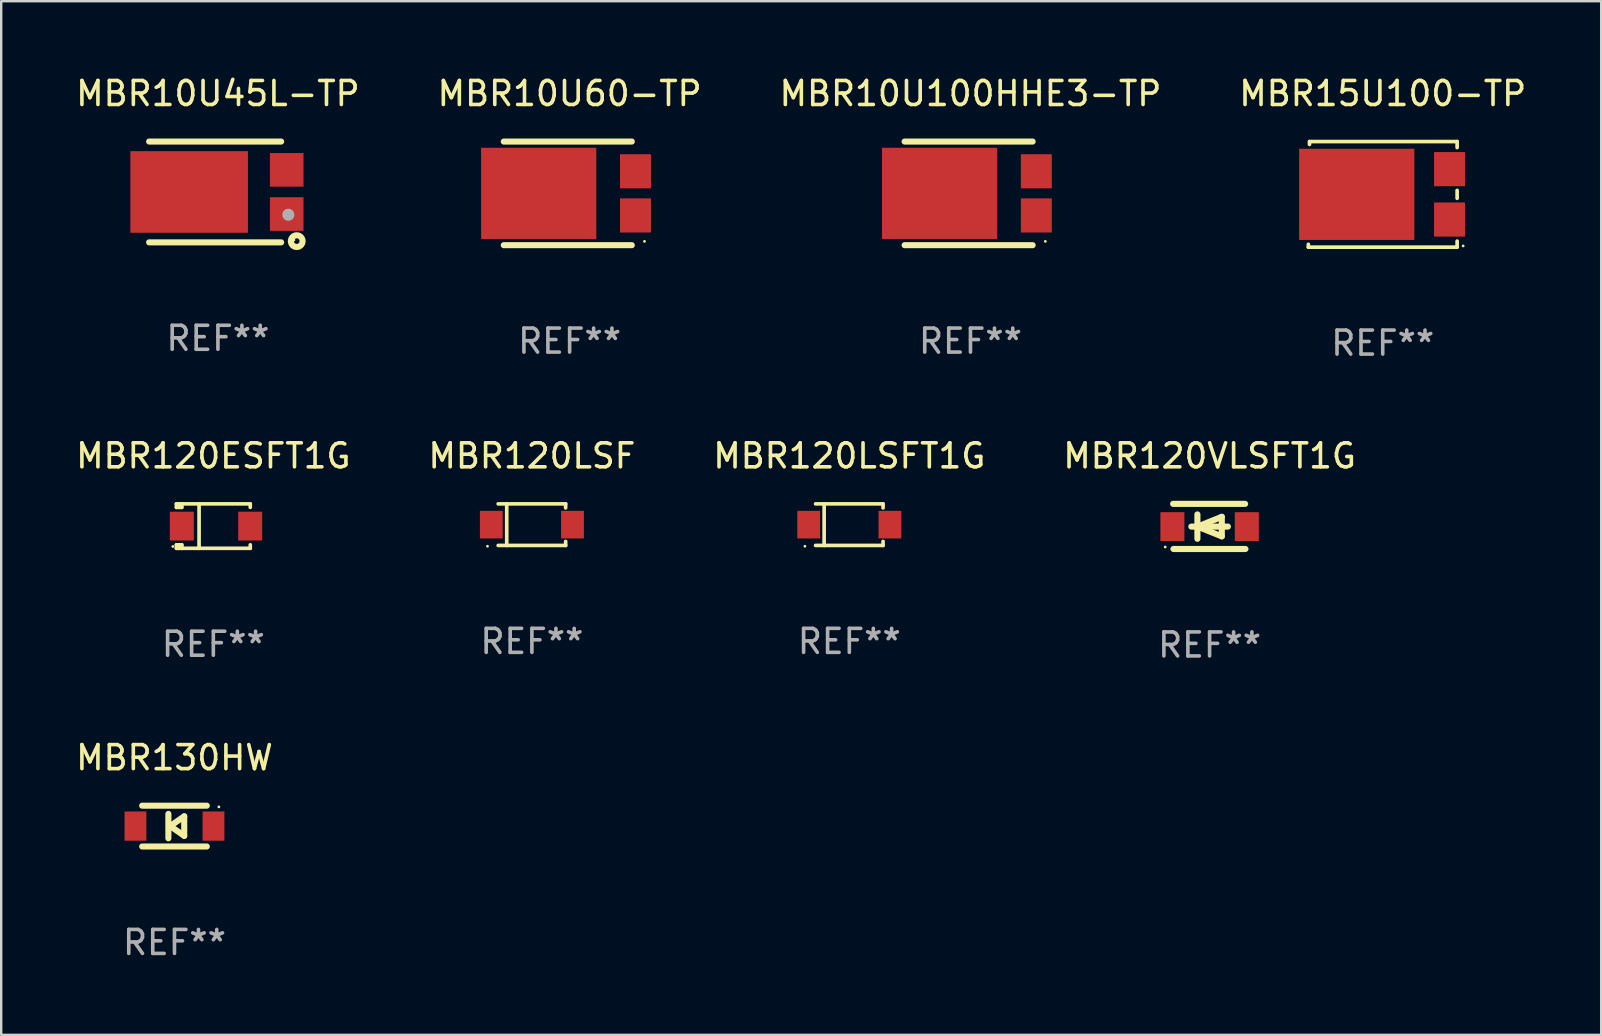
<source format=kicad_pcb>
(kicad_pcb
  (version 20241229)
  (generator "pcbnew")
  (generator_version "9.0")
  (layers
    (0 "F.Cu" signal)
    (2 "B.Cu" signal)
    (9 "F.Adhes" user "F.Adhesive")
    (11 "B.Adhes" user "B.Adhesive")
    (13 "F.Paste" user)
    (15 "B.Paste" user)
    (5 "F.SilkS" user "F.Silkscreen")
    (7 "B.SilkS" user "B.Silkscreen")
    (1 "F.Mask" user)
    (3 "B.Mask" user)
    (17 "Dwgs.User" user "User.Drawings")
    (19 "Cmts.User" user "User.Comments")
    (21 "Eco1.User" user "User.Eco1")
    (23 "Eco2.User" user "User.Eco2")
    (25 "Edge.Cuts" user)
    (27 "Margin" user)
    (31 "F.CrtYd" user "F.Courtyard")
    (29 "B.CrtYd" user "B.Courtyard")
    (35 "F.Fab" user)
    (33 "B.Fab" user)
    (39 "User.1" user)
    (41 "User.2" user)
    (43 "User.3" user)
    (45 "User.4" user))
  (footprint "MBR15U100-TP"
    (layer "F.Cu")
    (at 54.565 5.048)
    (property "Reference" "MBR15U100-TP" (at 0 -4.2 0) (layer "F.SilkS") (effects (font (size 1 1) (thickness 0.15))))
    (attr through_hole)
    (fp_line (start -3.1 2.2) (end -3.099 2.08) (stroke (width 0.152) (type solid)) (layer "F.SilkS"))
    (fp_line (start -3.051 -2.08) (end -3.05 -2.2) (stroke (width 0.152) (type solid)) (layer "F.SilkS"))
    (fp_line (start -3.05 -2.2) (end 3.1 -2.2) (stroke (width 0.152) (type solid)) (layer "F.SilkS"))
    (fp_line (start 3.1 -2.2) (end 3.1 -1.948) (stroke (width 0.152) (type solid)) (layer "F.SilkS"))
    (fp_line (start 3.1 -0.165) (end 3.1 0.165) (stroke (width 0.152) (type solid)) (layer "F.SilkS"))
    (fp_line (start 3.1 1.948) (end 3.1 2.2) (stroke (width 0.152) (type solid)) (layer "F.SilkS"))
    (fp_line (start 3.1 2.2) (end -3.1 2.2) (stroke (width 0.152) (type solid)) (layer "F.SilkS"))
    (fp_circle (center 3.35 2.15) (end 3.38 2.15) (stroke (width 0.06) (type solid)) (fill no) (layer "F.SilkS"))
    (fp_text user "REF**" (at 0 6.2 0) (layer "F.Fab") (effects (font (size 1 1) (thickness 0.15))))
    (pad "1" smd rect (at 2.783 1.05) (size 1.29 1.422) (layers "F.Cu" "F.Mask" "F.Paste"))
    (pad "2" smd rect (at 2.783 -1.05) (size 1.29 1.422) (layers "F.Cu" "F.Mask" "F.Paste"))
    (pad "3" smd rect (at -1.083 0 90) (size 3.8 4.8) (layers "F.Cu" "F.Mask" "F.Paste")))
  (footprint "MBR10U60-TP"
    (layer "F.Cu")
    (at 20.685 5.007)
    (property "Reference" "MBR10U60-TP" (at 0 -4.159 0) (layer "F.SilkS") (effects (font (size 1 1) (thickness 0.15))))
    (attr through_hole)
    (fp_line (start -2.744 2.159) (end 2.59 2.159) (stroke (width 0.254) (type solid)) (layer "F.SilkS"))
    (fp_line (start 2.59 -2.159) (end -2.744 -2.159) (stroke (width 0.254) (type solid)) (layer "F.SilkS"))
    (fp_circle (center 3.119 2) (end 3.149 2) (stroke (width 0.06) (type solid)) (fill no) (layer "F.SilkS"))
    (fp_text user "REF**" (at 0 6.159 0) (layer "F.Fab") (effects (font (size 1 1) (thickness 0.15))))
    (pad "1" smd rect (at 2.744 0.92) (size 1.29 1.422) (layers "F.Cu" "F.Mask" "F.Paste"))
    (pad "2" smd rect (at -1.288 0 90) (size 3.8 4.8) (layers "F.Cu" "F.Mask" "F.Paste"))
    (pad "3" smd rect (at 2.744 -0.92) (size 1.29 1.422) (layers "F.Cu" "F.Mask" "F.Paste")))
  (footprint "MBR120LSFT1G"
    (layer "F.Cu")
    (at 32.339 18.811)
    (property "Reference" "MBR120LSFT1G" (at 0 -2.866 0) (layer "F.SilkS") (effects (font (size 1 1) (thickness 0.15))))
    (attr through_hole)
    (fp_line (start -1.406 -0.866) (end 1.406 -0.866) (stroke (width 0.152) (type solid)) (layer "F.SilkS"))
    (fp_line (start -1.406 0.866) (end 1.406 0.866) (stroke (width 0.152) (type solid)) (layer "F.SilkS"))
    (fp_line (start -1.049 -0.866) (end -1.049 0.866) (stroke (width 0.152) (type solid)) (layer "F.SilkS"))
    (fp_line (start 1.406 -0.866) (end 1.406 -0.698) (stroke (width 0.152) (type solid)) (layer "F.SilkS"))
    (fp_line (start 1.406 0.866) (end 1.406 0.698) (stroke (width 0.152) (type solid)) (layer "F.SilkS"))
    (fp_circle (center -1.851 0.9) (end -1.821 0.9) (stroke (width 0.06) (type solid)) (fill no) (layer "F.SilkS"))
    (fp_text user "REF**" (at 0 4.866 0) (layer "F.Fab") (effects (font (size 1 1) (thickness 0.15))))
    (pad "1" smd rect (at -1.692 0) (size 0.95 1.15) (layers "F.Cu" "F.Mask" "F.Paste"))
    (pad "2" smd rect (at 1.692 0) (size 0.95 1.15) (layers "F.Cu" "F.Mask" "F.Paste")))
  (footprint "MBR130HW"
    (layer "F.Cu")
    (at 4.22 31.371)
    (property "Reference" "MBR130HW" (at 0 -2.85 0) (layer "F.SilkS") (effects (font (size 1 1) (thickness 0.15))))
    (attr through_hole)
    (fp_line (start -1.346 -0.85) (end 1.346 -0.85) (stroke (width 0.254) (type solid)) (layer "F.SilkS"))
    (fp_line (start -0.254 -0.508) (end -0.254 0.508) (stroke (width 0.254) (type solid)) (layer "F.SilkS"))
    (fp_line (start -0.178 0) (end 0.406 -0.406) (stroke (width 0.254) (type solid)) (layer "F.SilkS"))
    (fp_line (start 0.406 -0.406) (end 0.406 0.406) (stroke (width 0.254) (type solid)) (layer "F.SilkS"))
    (fp_line (start 0.406 0.406) (end -0.178 0) (stroke (width 0.254) (type solid)) (layer "F.SilkS"))
    (fp_line (start 1.346 0.85) (end -1.346 0.85) (stroke (width 0.254) (type solid)) (layer "F.SilkS"))
    (fp_circle (center 1.85 -0.8) (end 1.88 -0.8) (stroke (width 0.06) (type solid)) (fill no) (layer "F.SilkS"))
    (fp_text user "REF**" (at 0 4.85 0) (layer "F.Fab") (effects (font (size 1 1) (thickness 0.15))))
    (pad "1" smd rect (at 1.626 0) (size 0.909 1.219) (layers "F.Cu" "F.Mask" "F.Paste"))
    (pad "2" smd rect (at -1.626 0) (size 0.909 1.219) (layers "F.Cu" "F.Mask" "F.Paste")))
  (footprint "MBR120LSF"
    (layer "F.Cu")
    (at 19.113 18.811)
    (property "Reference" "MBR120LSF" (at 0 -2.866 0) (layer "F.SilkS") (effects (font (size 1 1) (thickness 0.15))))
    (attr through_hole)
    (fp_line (start -1.406 -0.866) (end 1.406 -0.866) (stroke (width 0.152) (type solid)) (layer "F.SilkS"))
    (fp_line (start -1.406 0.866) (end 1.406 0.866) (stroke (width 0.152) (type solid)) (layer "F.SilkS"))
    (fp_line (start -1.049 -0.866) (end -1.049 0.866) (stroke (width 0.152) (type solid)) (layer "F.SilkS"))
    (fp_line (start 1.406 -0.866) (end 1.406 -0.698) (stroke (width 0.152) (type solid)) (layer "F.SilkS"))
    (fp_line (start 1.406 0.866) (end 1.406 0.698) (stroke (width 0.152) (type solid)) (layer "F.SilkS"))
    (fp_circle (center -1.851 0.9) (end -1.821 0.9) (stroke (width 0.06) (type solid)) (fill no) (layer "F.SilkS"))
    (fp_text user "REF**" (at 0 4.866 0) (layer "F.Fab") (effects (font (size 1 1) (thickness 0.15))))
    (pad "1" smd rect (at -1.692 0) (size 0.95 1.15) (layers "F.Cu" "F.Mask" "F.Paste"))
    (pad "2" smd rect (at 1.692 0) (size 0.95 1.15) (layers "F.Cu" "F.Mask" "F.Paste")))
  (footprint "MBR10U45L-TP"
    (layer "F.Cu")
    (at 6.03 4.948)
    (property "Reference" "MBR10U45L-TP" (at 0 -4.1 0) (layer "F.SilkS") (effects (font (size 1 1) (thickness 0.15))))
    (attr through_hole)
    (fp_line (start -2.866 2.1) (end 2.634 2.1) (stroke (width 0.254) (type solid)) (layer "F.SilkS"))
    (fp_line (start 2.634 -2.1) (end -2.866 -2.1) (stroke (width 0.254) (type solid)) (layer "F.SilkS"))
    (fp_circle (center 3.166 2) (end 3.196 2) (stroke (width 0.06) (type solid)) (fill no) (layer "F.SilkS"))
    (fp_circle (center 3.284 2.05) (end 3.401 2.05) (stroke (width 0.254) (type solid)) (fill no) (layer "F.SilkS"))
    (fp_circle (center 2.934 0.95) (end 3.061 0.95) (stroke (width 0.254) (type solid)) (fill no) (layer "F.Fab"))
    (fp_text user "REF**" (at 0 6.1 0) (layer "F.Fab") (effects (font (size 1 1) (thickness 0.15))))
    (pad "1" smd rect (at 2.866 0.92 90) (size 1.4 1.4) (layers "F.Cu" "F.Mask" "F.Paste"))
    (pad "2" smd rect (at 2.866 -0.92 90) (size 1.4 1.4) (layers "F.Cu" "F.Mask" "F.Paste"))
    (pad "3" smd rect (at -1.198 0 90) (size 3.4 4.9) (layers "F.Cu" "F.Mask" "F.Paste")))
  (footprint "MBR120ESFT1G"
    (layer "F.Cu")
    (at 5.839 18.871)
    (property "Reference" "MBR120ESFT1G" (at 0 -2.926 0) (layer "F.SilkS") (effects (font (size 1 1) (thickness 0.15))))
    (attr through_hole)
    (fp_line (start -1.539 -0.926) (end -1.539 -0.78) (stroke (width 0.152) (type solid)) (layer "F.SilkS"))
    (fp_line (start -1.539 0.926) (end -1.539 0.78) (stroke (width 0.152) (type solid)) (layer "F.SilkS"))
    (fp_line (start -1.429 -0.926) (end -1.429 -0.78) (stroke (width 0.152) (type solid)) (layer "F.SilkS"))
    (fp_line (start -1.429 0.78) (end -1.429 0.926) (stroke (width 0.152) (type solid)) (layer "F.SilkS"))
    (fp_line (start -1.314 -0.926) (end -1.539 -0.926) (stroke (width 0.152) (type solid)) (layer "F.SilkS"))
    (fp_line (start -1.314 -0.926) (end -1.314 -0.78) (stroke (width 0.152) (type solid)) (layer "F.SilkS"))
    (fp_line (start -1.314 -0.926) (end 1.539 -0.926) (stroke (width 0.152) (type solid)) (layer "F.SilkS"))
    (fp_line (start -1.314 -0.78) (end -1.539 -0.78) (stroke (width 0.152) (type solid)) (layer "F.SilkS"))
    (fp_line (start -1.314 0.78) (end -1.539 0.78) (stroke (width 0.152) (type solid)) (layer "F.SilkS"))
    (fp_line (start -1.314 0.78) (end -1.314 0.926) (stroke (width 0.152) (type solid)) (layer "F.SilkS"))
    (fp_line (start -1.314 0.926) (end -1.539 0.926) (stroke (width 0.152) (type solid)) (layer "F.SilkS"))
    (fp_line (start -1.314 0.926) (end 1.539 0.926) (stroke (width 0.152) (type solid)) (layer "F.SilkS"))
    (fp_line (start -0.594 -0.926) (end -0.594 0.926) (stroke (width 0.152) (type solid)) (layer "F.SilkS"))
    (fp_line (start 1.539 -0.926) (end 1.539 -0.78) (stroke (width 0.152) (type solid)) (layer "F.SilkS"))
    (fp_line (start 1.539 0.78) (end 1.539 0.926) (stroke (width 0.152) (type solid)) (layer "F.SilkS"))
    (fp_circle (center -1.687 0.85) (end -1.657 0.85) (stroke (width 0.06) (type solid)) (fill no) (layer "F.SilkS"))
    (fp_text user "REF**" (at 0 4.926 0) (layer "F.Fab") (effects (font (size 1 1) (thickness 0.15))))
    (pad "1" smd rect (at -1.313 -0.000013) (size 1 1.2) (layers "F.Cu" "F.Mask" "F.Paste"))
    (pad "2" smd rect (at 1.537 -0.000013) (size 1 1.2) (layers "F.Cu" "F.Mask" "F.Paste")))
  (footprint "MBR10U100HHE3-TP"
    (layer "F.Cu")
    (at 37.387 5.007)
    (property "Reference" "MBR10U100HHE3-TP" (at 0 -4.159 0) (layer "F.SilkS") (effects (font (size 1 1) (thickness 0.15))))
    (attr through_hole)
    (fp_line (start -2.744 2.159) (end 2.59 2.159) (stroke (width 0.254) (type solid)) (layer "F.SilkS"))
    (fp_line (start 2.59 -2.159) (end -2.744 -2.159) (stroke (width 0.254) (type solid)) (layer "F.SilkS"))
    (fp_circle (center 3.119 2) (end 3.149 2) (stroke (width 0.06) (type solid)) (fill no) (layer "F.SilkS"))
    (fp_text user "REF**" (at 0 6.159 0) (layer "F.Fab") (effects (font (size 1 1) (thickness 0.15))))
    (pad "1" smd rect (at 2.744 0.92) (size 1.29 1.422) (layers "F.Cu" "F.Mask" "F.Paste"))
    (pad "2" smd rect (at -1.288 0 90) (size 3.8 4.8) (layers "F.Cu" "F.Mask" "F.Paste"))
    (pad "3" smd rect (at 2.744 -0.92) (size 1.29 1.422) (layers "F.Cu" "F.Mask" "F.Paste")))
  (footprint "MBR120VLSFT1G"
    (layer "F.Cu")
    (at 47.351 18.885)
    (property "Reference" "MBR120VLSFT1G" (at 0 -2.94 0) (layer "F.SilkS") (effects (font (size 1 1) (thickness 0.15))))
    (attr through_hole)
    (fp_line (start -1.52 -0.94) (end 1.48 -0.94) (stroke (width 0.254) (type solid)) (layer "F.SilkS"))
    (fp_line (start -1.507 0.94) (end 1.493 0.94) (stroke (width 0.254) (type solid)) (layer "F.SilkS"))
    (fp_line (start -0.762 0.007) (end 0.762 0.007) (stroke (width 0.254) (type solid)) (layer "F.SilkS"))
    (fp_line (start -0.508 -0.501) (end -0.508 0.515) (stroke (width 0.254) (type solid)) (layer "F.SilkS"))
    (fp_line (start -0.508 0.007) (end 0.508 -0.4) (stroke (width 0.254) (type solid)) (layer "F.SilkS"))
    (fp_line (start 0.508 -0.4) (end 0.508 0.413) (stroke (width 0.254) (type solid)) (layer "F.SilkS"))
    (fp_line (start 0.508 0.413) (end -0.508 0.007) (stroke (width 0.254) (type solid)) (layer "F.SilkS"))
    (fp_circle (center -1.85 0.857) (end -1.82 0.857) (stroke (width 0.06) (type solid)) (fill no) (layer "F.SilkS"))
    (fp_text user "REF**" (at 0 4.94 0) (layer "F.Fab") (effects (font (size 1 1) (thickness 0.15))))
    (pad "1" smd rect (at -1.55 0.007) (size 1 1.2) (layers "F.Cu" "F.Mask" "F.Paste"))
    (pad "2" smd rect (at 1.55 0.007) (size 1 1.2) (layers "F.Cu" "F.Mask" "F.Paste")))
  (gr_rect
    (start -3 -3)
    (end 63.667 40.069)
    (stroke (width 0.1) (type default))
    (fill no)
    (layer "Edge.Cuts")))
</source>
